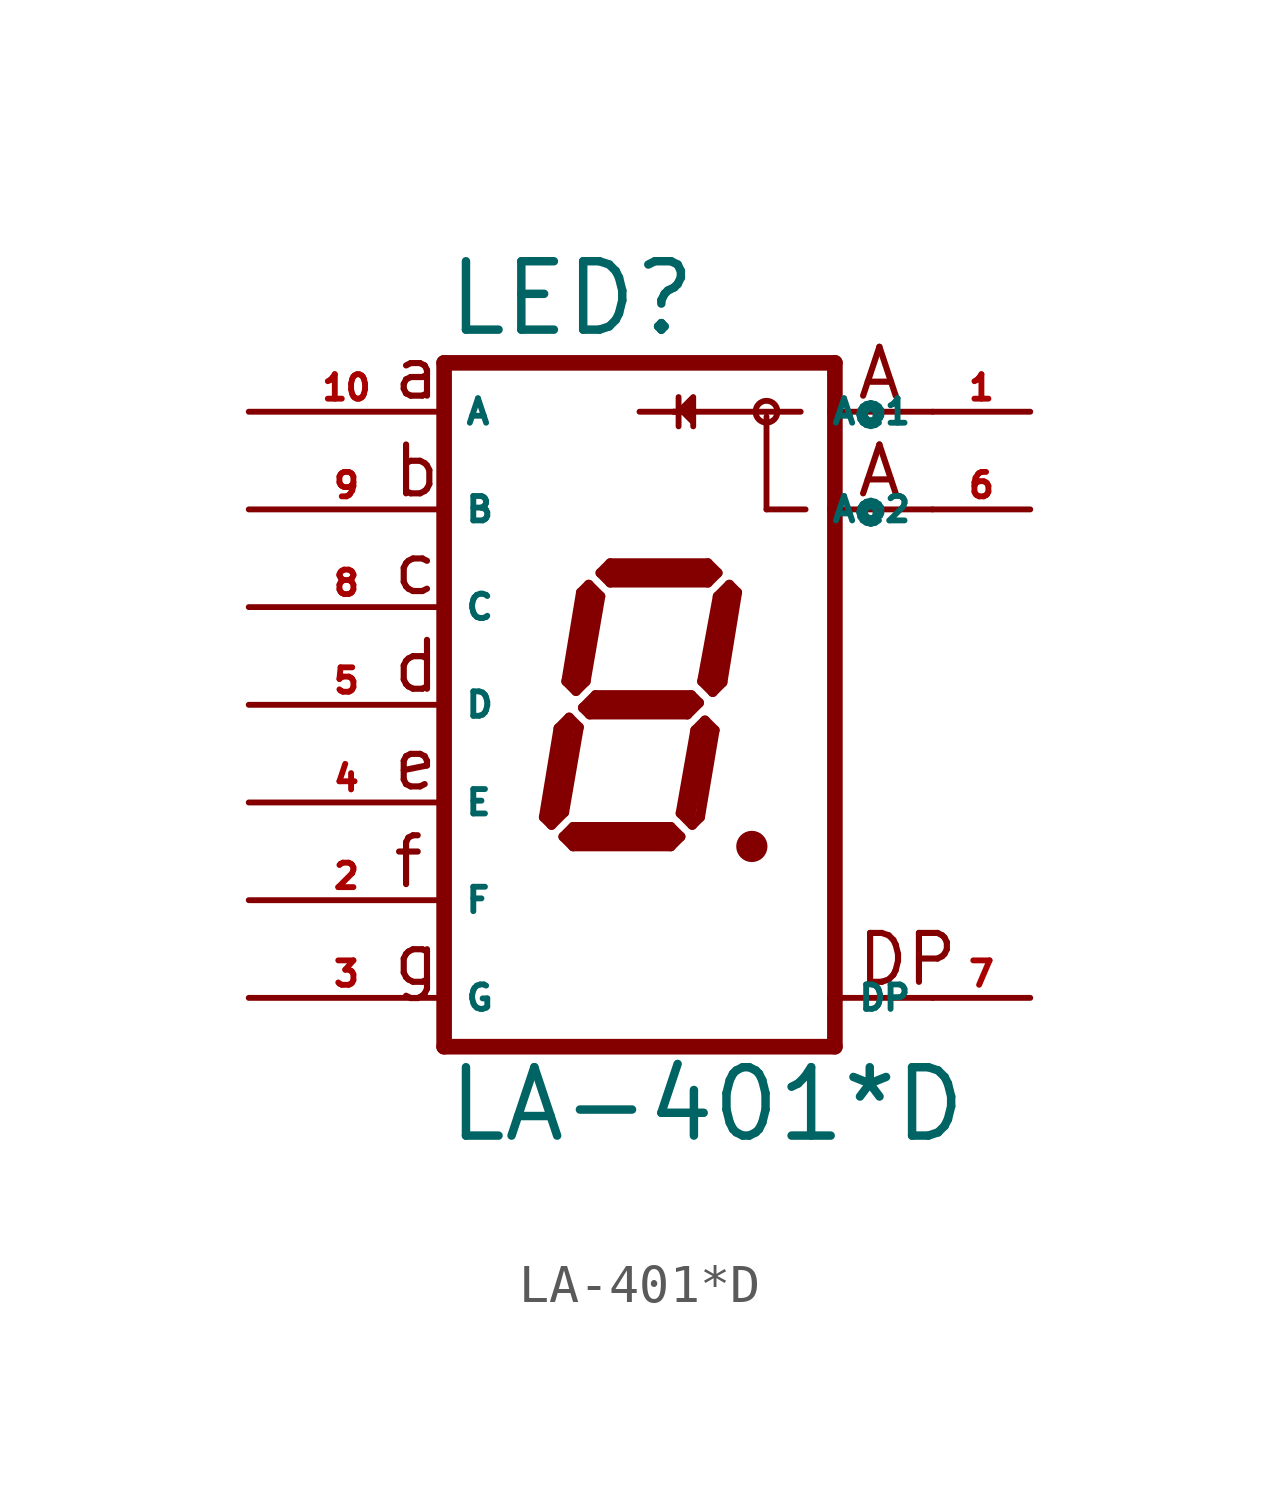
<source format=kicad_sym>
(kicad_symbol_lib
  (version 20220914)
  (generator Eagle2Kicad)
  (symbol "LA-401*D"
    (property "Reference" "LED"
      (at -5.08 9.525 0)
      (effects (font (size 1.778 1.778) (thickness 0.22)) (justify left bottom)))
    (property "Value" "LA-401*D"
      (at -5.08 -11.43 0)
      (effects (font (size 1.778 1.778) (thickness 0.22)) (justify left bottom)))
    (polyline
      (pts (xy 1.016 7.62) (xy 1.397 8.001) (xy 1.397 7.239))
      (stroke (width 0.152) (type default))
      (fill (type outline)))
    (polyline
      (pts (xy 2.794 -3.683) (xy 3.048 -3.683))
      (stroke (width 0.305) (type default))
      (fill (type none)))
    (polyline
      (pts (xy 2.337 3.124) (xy 2.032 2.819))
      (stroke (width 0.254) (type default))
      (fill (type none)))
    (polyline
      (pts (xy 2.032 2.819) (xy 1.626 0.61))
      (stroke (width 0.254) (type default))
      (fill (type none)))
    (polyline
      (pts (xy 1.626 0.61) (xy 1.905 0.33))
      (stroke (width 0.254) (type default))
      (fill (type none)))
    (polyline
      (pts (xy 1.905 0.33) (xy 2.159 0.584))
      (stroke (width 0.254) (type default))
      (fill (type none)))
    (polyline
      (pts (xy 2.159 0.584) (xy 2.54 2.921))
      (stroke (width 0.254) (type default))
      (fill (type none)))
    (polyline
      (pts (xy 2.54 2.921) (xy 2.337 3.124))
      (stroke (width 0.254) (type default))
      (fill (type none)))
    (polyline
      (pts (xy 2.032 3.429) (xy 1.778 3.175))
      (stroke (width 0.254) (type default))
      (fill (type none)))
    (polyline
      (pts (xy 1.778 3.175) (xy -0.762 3.175))
      (stroke (width 0.254) (type default))
      (fill (type none)))
    (polyline
      (pts (xy -0.762 3.175) (xy -1.016 3.429))
      (stroke (width 0.254) (type default))
      (fill (type none)))
    (polyline
      (pts (xy -1.016 3.429) (xy -0.762 3.683))
      (stroke (width 0.254) (type default))
      (fill (type none)))
    (polyline
      (pts (xy -0.762 3.683) (xy 1.778 3.683))
      (stroke (width 0.254) (type default))
      (fill (type none)))
    (polyline
      (pts (xy 1.778 3.683) (xy 2.032 3.429))
      (stroke (width 0.254) (type default))
      (fill (type none)))
    (polyline
      (pts (xy -1.321 3.124) (xy -1.016 2.819))
      (stroke (width 0.254) (type default))
      (fill (type none)))
    (polyline
      (pts (xy -1.016 2.819) (xy -1.397 0.61))
      (stroke (width 0.254) (type default))
      (fill (type none)))
    (polyline
      (pts (xy -1.397 0.61) (xy -1.651 0.356))
      (stroke (width 0.254) (type default))
      (fill (type none)))
    (polyline
      (pts (xy -1.651 0.356) (xy -1.905 0.61))
      (stroke (width 0.254) (type default))
      (fill (type none)))
    (polyline
      (pts (xy -1.905 0.61) (xy -1.524 2.921))
      (stroke (width 0.254) (type default))
      (fill (type none)))
    (polyline
      (pts (xy -1.524 2.921) (xy -1.321 3.124))
      (stroke (width 0.254) (type default))
      (fill (type none)))
    (polyline
      (pts (xy -1.473 -0.076) (xy -1.143 0.254))
      (stroke (width 0.254) (type default))
      (fill (type none)))
    (polyline
      (pts (xy -1.143 0.254) (xy 1.346 0.254))
      (stroke (width 0.254) (type default))
      (fill (type none)))
    (polyline
      (pts (xy 1.346 0.254) (xy 1.549 0.051))
      (stroke (width 0.254) (type default))
      (fill (type none)))
    (polyline
      (pts (xy 1.549 0.051) (xy 1.245 -0.254))
      (stroke (width 0.254) (type default))
      (fill (type none)))
    (polyline
      (pts (xy 1.245 -0.254) (xy -1.295 -0.254))
      (stroke (width 0.254) (type default))
      (fill (type none)))
    (polyline
      (pts (xy -1.295 -0.254) (xy -1.473 -0.076))
      (stroke (width 0.254) (type default))
      (fill (type none)))
    (polyline
      (pts (xy -1.829 -0.33) (xy -1.575 -0.584))
      (stroke (width 0.254) (type default))
      (fill (type none)))
    (polyline
      (pts (xy -2.286 -3.124) (xy -1.956 -2.794))
      (stroke (width 0.254) (type default))
      (fill (type none)))
    (polyline
      (pts (xy -1.956 -2.794) (xy -1.575 -0.584))
      (stroke (width 0.254) (type default))
      (fill (type none)))
    (polyline
      (pts (xy -1.829 -0.33) (xy -2.108 -0.61))
      (stroke (width 0.254) (type default))
      (fill (type none)))
    (polyline
      (pts (xy -2.108 -0.61) (xy -2.489 -2.921))
      (stroke (width 0.254) (type default))
      (fill (type none)))
    (polyline
      (pts (xy -2.489 -2.921) (xy -2.286 -3.124))
      (stroke (width 0.254) (type default))
      (fill (type none)))
    (polyline
      (pts (xy -1.981 -3.429) (xy -1.727 -3.175))
      (stroke (width 0.254) (type default))
      (fill (type none)))
    (polyline
      (pts (xy -1.727 -3.175) (xy 0.813 -3.175))
      (stroke (width 0.254) (type default))
      (fill (type none)))
    (polyline
      (pts (xy 0.813 -3.175) (xy 1.067 -3.429))
      (stroke (width 0.254) (type default))
      (fill (type none)))
    (polyline
      (pts (xy 1.067 -3.429) (xy 0.813 -3.683))
      (stroke (width 0.254) (type default))
      (fill (type none)))
    (polyline
      (pts (xy 0.813 -3.683) (xy -1.727 -3.683))
      (stroke (width 0.254) (type default))
      (fill (type none)))
    (polyline
      (pts (xy -1.727 -3.683) (xy -1.981 -3.429))
      (stroke (width 0.254) (type default))
      (fill (type none)))
    (polyline
      (pts (xy 1.702 -0.406) (xy 1.448 -0.66))
      (stroke (width 0.254) (type default))
      (fill (type none)))
    (polyline
      (pts (xy 1.448 -0.66) (xy 1.067 -2.819))
      (stroke (width 0.254) (type default))
      (fill (type none)))
    (polyline
      (pts (xy 1.067 -2.819) (xy 1.372 -3.124))
      (stroke (width 0.254) (type default))
      (fill (type none)))
    (polyline
      (pts (xy 1.372 -3.124) (xy 1.575 -2.921))
      (stroke (width 0.254) (type default))
      (fill (type none)))
    (polyline
      (pts (xy 1.575 -2.921) (xy 1.956 -0.66))
      (stroke (width 0.254) (type default))
      (fill (type none)))
    (polyline
      (pts (xy 1.956 -0.66) (xy 1.702 -0.406))
      (stroke (width 0.254) (type default))
      (fill (type none)))
    (polyline
      (pts (xy 2.286 2.794) (xy 1.905 0.635))
      (stroke (width 0.406) (type default))
      (fill (type none)))
    (polyline
      (pts (xy 1.778 3.429) (xy -0.762 3.429))
      (stroke (width 0.406) (type default))
      (fill (type none)))
    (polyline
      (pts (xy -1.27 2.794) (xy -1.651 0.635))
      (stroke (width 0.406) (type default))
      (fill (type none)))
    (polyline
      (pts (xy -1.27 0) (xy 1.27 0))
      (stroke (width 0.406) (type default))
      (fill (type none)))
    (polyline
      (pts (xy 1.651 -0.762) (xy 1.27 -2.794))
      (stroke (width 0.406) (type default))
      (fill (type none)))
    (polyline
      (pts (xy 0.762 -3.429) (xy -1.651 -3.429))
      (stroke (width 0.406) (type default))
      (fill (type none)))
    (polyline
      (pts (xy -2.286 -2.921) (xy -1.905 -0.635))
      (stroke (width 0.406) (type default))
      (fill (type none)))
    (polyline
      (pts (xy 5.08 8.89) (xy 5.08 7.62))
      (stroke (width 0.406) (type default))
      (fill (type none)))
    (polyline
      (pts (xy 5.08 7.62) (xy 5.08 5.08))
      (stroke (width 0.406) (type default))
      (fill (type none)))
    (polyline
      (pts (xy 5.08 5.08) (xy 5.08 -7.62))
      (stroke (width 0.406) (type default))
      (fill (type none)))
    (polyline
      (pts (xy 5.08 -7.62) (xy 5.08 -8.89))
      (stroke (width 0.406) (type default))
      (fill (type none)))
    (polyline
      (pts (xy -5.08 -8.89) (xy 5.08 -8.89))
      (stroke (width 0.406) (type default))
      (fill (type none)))
    (polyline
      (pts (xy -5.08 -8.89) (xy -5.08 8.89))
      (stroke (width 0.406) (type default))
      (fill (type none)))
    (polyline
      (pts (xy 5.08 8.89) (xy -5.08 8.89))
      (stroke (width 0.406) (type default))
      (fill (type none)))
    (polyline
      (pts (xy 7.62 7.62) (xy 5.08 7.62))
      (stroke (width 0.152) (type default))
      (fill (type none)))
    (polyline
      (pts (xy 7.62 5.08) (xy 5.08 5.08))
      (stroke (width 0.152) (type default))
      (fill (type none)))
    (polyline
      (pts (xy 7.62 -7.62) (xy 5.08 -7.62))
      (stroke (width 0.152) (type default))
      (fill (type none)))
    (polyline
      (pts (xy 4.191 7.62) (xy 1.016 7.62))
      (stroke (width 0.152) (type default))
      (fill (type none)))
    (polyline
      (pts (xy 1.016 7.62) (xy 0.889 7.62))
      (stroke (width 0.152) (type default))
      (fill (type none)))
    (polyline
      (pts (xy 0.889 7.62) (xy 0 7.62))
      (stroke (width 0.152) (type default))
      (fill (type none)))
    (polyline
      (pts (xy 1.016 8.001) (xy 1.016 7.62))
      (stroke (width 0.152) (type default))
      (fill (type none)))
    (polyline
      (pts (xy 1.016 7.62) (xy 1.016 7.239))
      (stroke (width 0.152) (type default))
      (fill (type none)))
    (polyline
      (pts (xy 1.016 7.62) (xy 0.889 7.62))
      (stroke (width 0.152) (type default))
      (fill (type none)))
    (polyline
      (pts (xy 3.302 7.493) (xy 3.302 5.08))
      (stroke (width 0.152) (type default))
      (fill (type none)))
    (polyline
      (pts (xy 3.302 5.08) (xy 4.318 5.08))
      (stroke (width 0.152) (type default))
      (fill (type none)))
    (text "a"
      (at -6.477 7.874 0)
      (effects (font (size 1.27 1.27) (thickness 0.16)) (justify left bottom)))
    (text "b"
      (at -6.477 5.334 0)
      (effects (font (size 1.27 1.27) (thickness 0.16)) (justify left bottom)))
    (text "c"
      (at -6.477 2.794 0)
      (effects (font (size 1.27 1.27) (thickness 0.16)) (justify left bottom)))
    (text "d"
      (at -6.477 0.254 0)
      (effects (font (size 1.27 1.27) (thickness 0.16)) (justify left bottom)))
    (text "e"
      (at -6.477 -2.286 0)
      (effects (font (size 1.27 1.27) (thickness 0.16)) (justify left bottom)))
    (text "f"
      (at -6.477 -4.826 0)
      (effects (font (size 1.27 1.27) (thickness 0.16)) (justify left bottom)))
    (text "g"
      (at -6.477 -7.366 0)
      (effects (font (size 1.27 1.27) (thickness 0.16)) (justify left bottom)))
    (text "DP"
      (at 5.588 -7.366 0)
      (effects (font (size 1.27 1.27) (thickness 0.16)) (justify left bottom)))
    (text "A"
      (at 5.588 7.874 0)
      (effects (font (size 1.27 1.27) (thickness 0.16)) (justify left bottom)))
    (text "A"
      (at 5.588 5.334 0)
      (effects (font (size 1.27 1.27) (thickness 0.16)) (justify left bottom)))
    (circle
      (center 2.921 -3.683)
      (radius 0.254)
      (stroke (width 0.305) (type default))
      (fill (type none)))
    (circle
      (center 3.302 7.62)
      (radius 0.284)
      (stroke (width 0) (type default))
      (fill (type none)))
    (pin passive line
      (at 10.16 -7.62 180)
      (length 2.54)
      (name "DP" (effects (font (size 0.635 0.635) (thickness 0.08)) (justify left bottom)))
      (number "7" (effects (font (size 0.635 0.635) (thickness 0.08)) (justify left bottom))))
    (pin passive line
      (at -10.16 -5.08 0)
      (length 5.08)
      (name "F" (effects (font (size 0.635 0.635) (thickness 0.08)) (justify left bottom)))
      (number "2" (effects (font (size 0.635 0.635) (thickness 0.08)) (justify left bottom))))
    (pin passive line
      (at -10.16 0 0)
      (length 5.08)
      (name "D" (effects (font (size 0.635 0.635) (thickness 0.08)) (justify left bottom)))
      (number "5" (effects (font (size 0.635 0.635) (thickness 0.08)) (justify left bottom))))
    (pin passive line
      (at -10.16 5.08 0)
      (length 5.08)
      (name "B" (effects (font (size 0.635 0.635) (thickness 0.08)) (justify left bottom)))
      (number "9" (effects (font (size 0.635 0.635) (thickness 0.08)) (justify left bottom))))
    (pin passive line
      (at -10.16 7.62 0)
      (length 5.08)
      (name "A" (effects (font (size 0.635 0.635) (thickness 0.08)) (justify left bottom)))
      (number "10" (effects (font (size 0.635 0.635) (thickness 0.08)) (justify left bottom))))
    (pin passive line
      (at 10.16 7.62 180)
      (length 2.54)
      (name "A@1" (effects (font (size 0.635 0.635) (thickness 0.08)) (justify left bottom)))
      (number "1" (effects (font (size 0.635 0.635) (thickness 0.08)) (justify left bottom))))
    (pin passive line
      (at -10.16 2.54 0)
      (length 5.08)
      (name "C" (effects (font (size 0.635 0.635) (thickness 0.08)) (justify left bottom)))
      (number "8" (effects (font (size 0.635 0.635) (thickness 0.08)) (justify left bottom))))
    (pin passive line
      (at -10.16 -2.54 0)
      (length 5.08)
      (name "E" (effects (font (size 0.635 0.635) (thickness 0.08)) (justify left bottom)))
      (number "4" (effects (font (size 0.635 0.635) (thickness 0.08)) (justify left bottom))))
    (pin passive line
      (at -10.16 -7.62 0)
      (length 5.08)
      (name "G" (effects (font (size 0.635 0.635) (thickness 0.08)) (justify left bottom)))
      (number "3" (effects (font (size 0.635 0.635) (thickness 0.08)) (justify left bottom))))
    (pin passive line
      (at 10.16 5.08 180)
      (length 2.54)
      (name "A@2" (effects (font (size 0.635 0.635) (thickness 0.08)) (justify left bottom)))
      (number "6" (effects (font (size 0.635 0.635) (thickness 0.08)) (justify left bottom))))))
</source>
